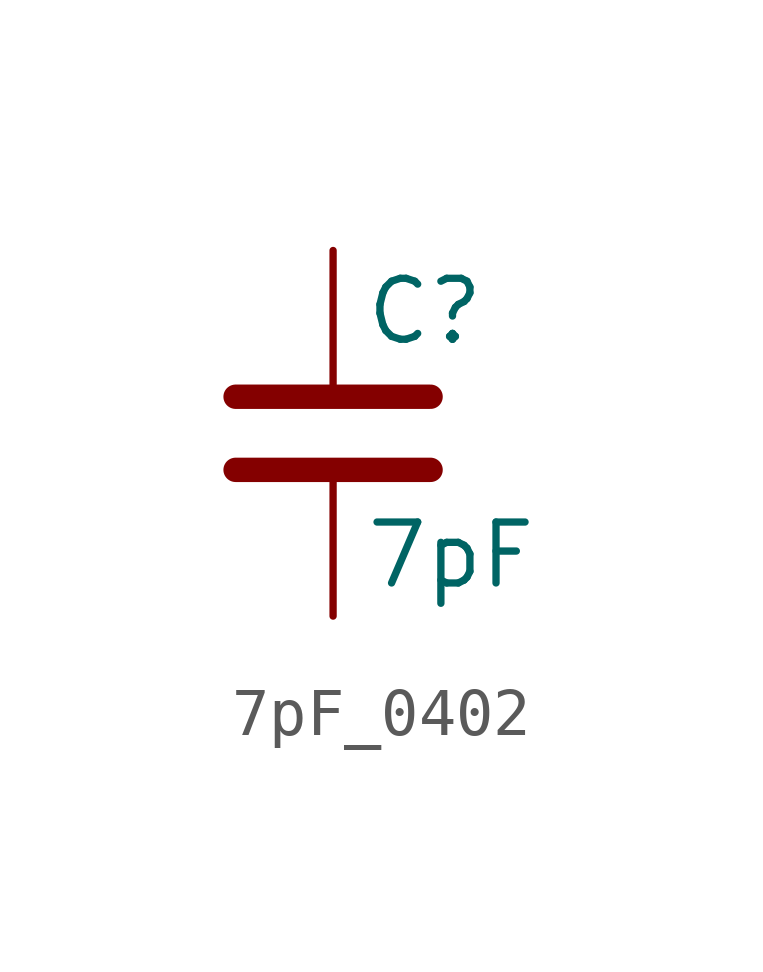
<source format=kicad_sym>
(kicad_symbol_lib
  (version 20220914)
  (generator kicad_symbol_editor)
  (symbol "7pF_0402"
    (pin_numbers hide)
    (pin_names
      (offset 0.254))
    (property "Reference" "C"
      (at 0.635 2.54 0)
      (effects (font (size 1.27 1.27)) (justify left)))
    (property "Value" "7pF"
      (at 0.635 -2.54 0)
      (effects (font (size 1.27 1.27)) (justify left)))
    (symbol "7pF_0402_0_1"
      (polyline (pts (xy -2.032 -0.762) (xy 2.032 -0.762)) (stroke (width 0.508) (type solid)) (fill (type none)))
      (polyline (pts (xy -2.032 0.762) (xy 2.032 0.762)) (stroke (width 0.508) (type solid)) (fill (type none))))
    (symbol "7pF_0402_1_1"
      (pin passive line (at 0 3.81 270) (length 2.794) (name "~" (effects (font (size 1.27 1.27)))) (number "1" (effects (font (size 1.27 1.27)))))
      (pin passive line (at 0 -3.81 90) (length 2.794) (name "~" (effects (font (size 1.27 1.27)))) (number "2" (effects (font (size 1.27 1.27))))))))
</source>
